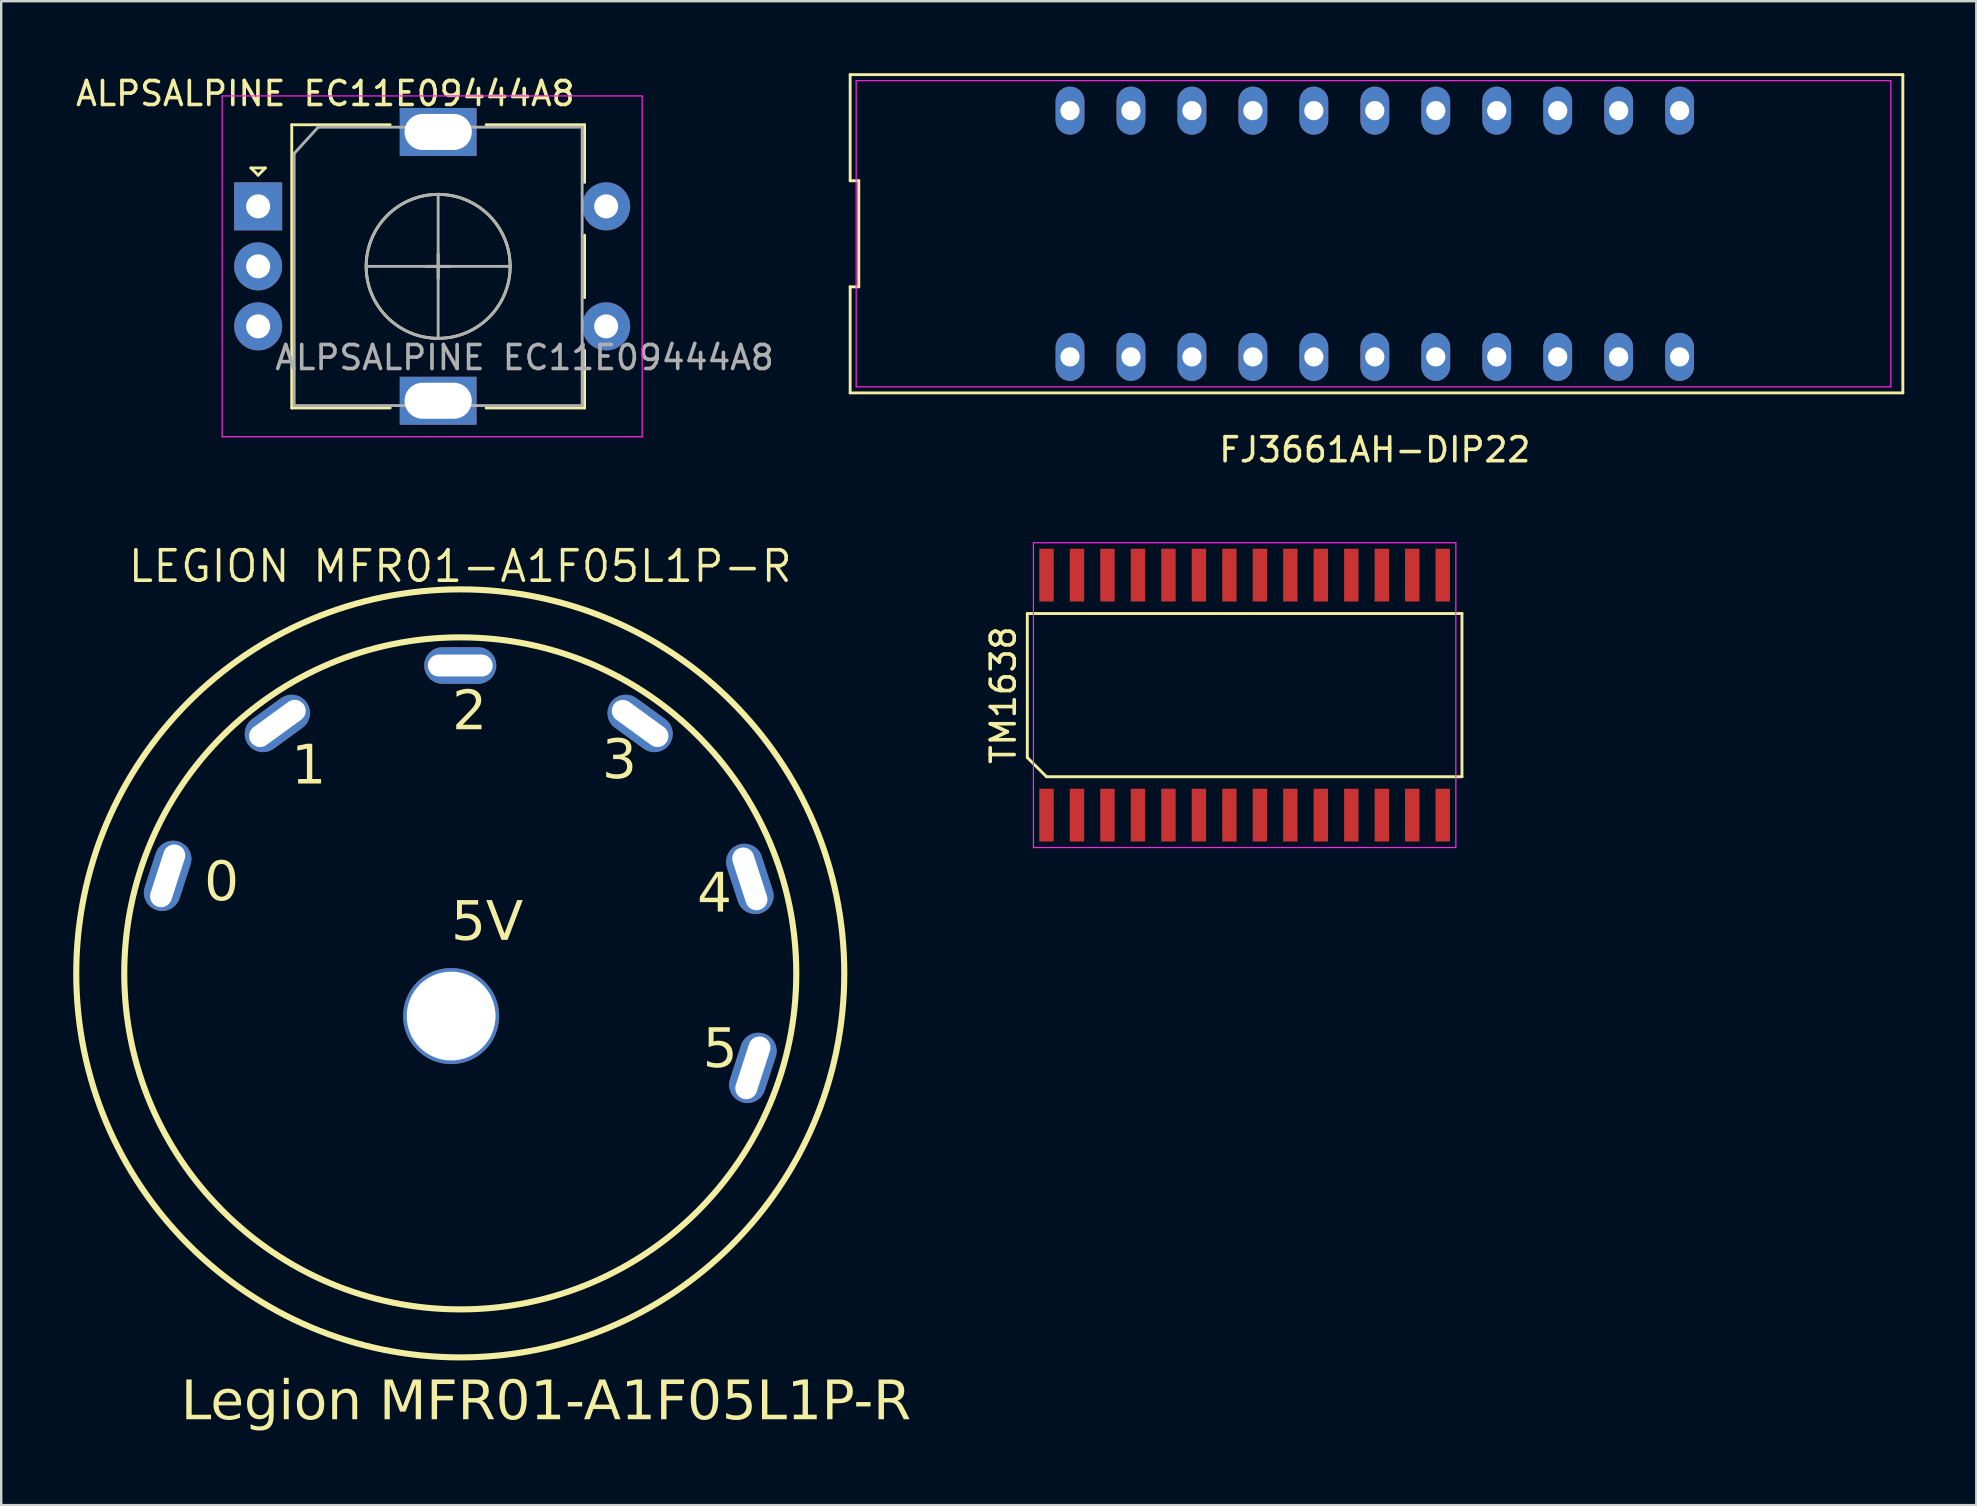
<source format=kicad_pcb>
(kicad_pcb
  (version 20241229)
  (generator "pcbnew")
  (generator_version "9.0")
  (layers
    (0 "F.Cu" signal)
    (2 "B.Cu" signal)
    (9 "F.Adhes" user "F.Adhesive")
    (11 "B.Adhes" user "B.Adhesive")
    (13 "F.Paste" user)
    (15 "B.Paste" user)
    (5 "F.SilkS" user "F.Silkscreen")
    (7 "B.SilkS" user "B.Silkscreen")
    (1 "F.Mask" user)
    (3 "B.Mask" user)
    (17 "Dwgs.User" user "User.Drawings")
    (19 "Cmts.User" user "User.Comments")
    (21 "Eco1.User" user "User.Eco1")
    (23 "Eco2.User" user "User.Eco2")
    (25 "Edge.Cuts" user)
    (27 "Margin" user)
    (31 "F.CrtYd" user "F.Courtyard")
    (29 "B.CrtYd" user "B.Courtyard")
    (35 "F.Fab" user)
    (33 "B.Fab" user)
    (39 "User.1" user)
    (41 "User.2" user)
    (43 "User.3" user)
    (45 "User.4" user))
  (footprint "FJ3661AH-DIP22"
    (layer "F.Cu")
    (at 54.232 6.69)
    (property "Reference" "FJ3661AH-DIP22" (at 0 9 180) (layer "F.SilkS") (effects (font (size 1 1) (thickness 0.15))))
    (attr through_hole)
    (fp_line (start -21.86 -6.63) (end -21.86 -2.21) (stroke (width 0.12) (type default)) (layer "F.SilkS"))
    (fp_line (start -21.86 -2.21) (end -21.5 -2.21) (stroke (width 0.12) (type default)) (layer "F.SilkS"))
    (fp_line (start -21.86 2.21) (end -21.86 6.63) (stroke (width 0.12) (type default)) (layer "F.SilkS"))
    (fp_line (start -21.86 6.63) (end 22 6.63) (stroke (width 0.12) (type default)) (layer "F.SilkS"))
    (fp_line (start -21.5 -2.21) (end -21.5 2.21) (stroke (width 0.12) (type default)) (layer "F.SilkS"))
    (fp_line (start -21.5 2.21) (end -21.86 2.21) (stroke (width 0.12) (type default)) (layer "F.SilkS"))
    (fp_line (start 22 -6.63) (end -21.86 -6.63) (stroke (width 0.12) (type default)) (layer "F.SilkS"))
    (fp_line (start 22 6.63) (end 22 -6.63) (stroke (width 0.12) (type default)) (layer "F.SilkS"))
    (fp_line (start -21.61 -6.38) (end 21.5 -6.38) (stroke (width 0.05) (type default)) (layer "F.CrtYd"))
    (fp_line (start -21.61 6.38) (end -21.61 -6.38) (stroke (width 0.05) (type default)) (layer "F.CrtYd"))
    (fp_line (start 21.5 -6.38) (end 21.5 6.38) (stroke (width 0.05) (type default)) (layer "F.CrtYd"))
    (fp_line (start 21.5 6.38) (end -21.61 6.38) (stroke (width 0.05) (type default)) (layer "F.CrtYd"))
    (pad "1" thru_hole oval (at -12.7 5.13) (size 1.2 2) (drill 0.8) (layers "*.Cu" "*.Mask"))
    (pad "2" thru_hole oval (at -10.16 5.13) (size 1.2 2) (drill 0.8) (layers "*.Cu" "*.Mask"))
    (pad "3" thru_hole oval (at -7.62 5.13) (size 1.2 2) (drill 0.8) (layers "*.Cu" "*.Mask"))
    (pad "4" thru_hole oval (at -5.08 5.13) (size 1.2 2) (drill 0.8) (layers "*.Cu" "*.Mask"))
    (pad "5" thru_hole oval (at -2.54 5.13) (size 1.2 2) (drill 0.8) (layers "*.Cu" "*.Mask"))
    (pad "6" thru_hole oval (at 0 5.13) (size 1.2 2) (drill 0.8) (layers "*.Cu" "*.Mask"))
    (pad "7" thru_hole oval (at 2.54 5.13) (size 1.2 2) (drill 0.8) (layers "*.Cu" "*.Mask"))
    (pad "8" thru_hole oval (at 5.08 5.13) (size 1.2 2) (drill 0.8) (layers "*.Cu" "*.Mask"))
    (pad "9" thru_hole oval (at 7.62 5.13) (size 1.2 2) (drill 0.8) (layers "*.Cu" "*.Mask"))
    (pad "10" thru_hole oval (at 10.16 5.13) (size 1.2 2) (drill 0.8) (layers "*.Cu" "*.Mask"))
    (pad "11" thru_hole oval (at 12.7 5.13) (size 1.2 2) (drill 0.8) (layers "*.Cu" "*.Mask"))
    (pad "12" thru_hole oval (at 12.7 -5.13) (size 1.2 2) (drill 0.8) (layers "*.Cu" "*.Mask"))
    (pad "13" thru_hole oval (at 10.16 -5.13) (size 1.2 2) (drill 0.8) (layers "*.Cu" "*.Mask"))
    (pad "14" thru_hole oval (at 7.62 -5.13) (size 1.2 2) (drill 0.8) (layers "*.Cu" "*.Mask"))
    (pad "15" thru_hole oval (at 5.08 -5.13) (size 1.2 2) (drill 0.8) (layers "*.Cu" "*.Mask"))
    (pad "16" thru_hole oval (at 2.54 -5.13) (size 1.2 2) (drill 0.8) (layers "*.Cu" "*.Mask"))
    (pad "17" thru_hole oval (at 0 -5.13) (size 1.2 2) (drill 0.8) (layers "*.Cu" "*.Mask"))
    (pad "18" thru_hole oval (at -2.54 -5.13) (size 1.2 2) (drill 0.8) (layers "*.Cu" "*.Mask"))
    (pad "19" thru_hole oval (at -5.08 -5.13) (size 1.2 2) (drill 0.8) (layers "*.Cu" "*.Mask"))
    (pad "20" thru_hole oval (at -7.62 -5.13) (size 1.2 2) (drill 0.8) (layers "*.Cu" "*.Mask"))
    (pad "21" thru_hole oval (at -10.16 -5.13) (size 1.2 2) (drill 0.8) (layers "*.Cu" "*.Mask"))
    (pad "22" thru_hole oval (at -12.7 -5.13) (size 1.2 2) (drill 0.8) (layers "*.Cu" "*.Mask")))
  (footprint "ALPSALPINE EC11E09444A8"
    (layer "F.Cu")
    (at 7.706 5.548)
    (property "Reference" "ALPSALPINE EC11E09444A8" (at 2.8 -4.7 0) (layer "F.SilkS") (effects (font (size 1 1) (thickness 0.15))))
    (attr through_hole)
    (fp_line (start -0.3 -1.6) (end 0.3 -1.6) (stroke (width 0.12) (type solid)) (layer "F.SilkS"))
    (fp_line (start 0 -1.3) (end -0.3 -1.6) (stroke (width 0.12) (type solid)) (layer "F.SilkS"))
    (fp_line (start 0.3 -1.6) (end 0 -1.3) (stroke (width 0.12) (type solid)) (layer "F.SilkS"))
    (fp_line (start 1.4 -3.4) (end 1.4 8.4) (stroke (width 0.12) (type solid)) (layer "F.SilkS"))
    (fp_line (start 5.5 -3.4) (end 1.4 -3.4) (stroke (width 0.12) (type solid)) (layer "F.SilkS"))
    (fp_line (start 5.5 8.4) (end 1.4 8.4) (stroke (width 0.12) (type solid)) (layer "F.SilkS"))
    (fp_line (start 7 2.5) (end 8 2.5) (stroke (width 0.12) (type solid)) (layer "F.SilkS"))
    (fp_line (start 7.5 2) (end 7.5 3) (stroke (width 0.12) (type solid)) (layer "F.SilkS"))
    (fp_line (start 9.5 -3.4) (end 13.6 -3.4) (stroke (width 0.12) (type solid)) (layer "F.SilkS"))
    (fp_line (start 13.6 -3.4) (end 13.6 -1) (stroke (width 0.12) (type solid)) (layer "F.SilkS"))
    (fp_line (start 13.6 1.2) (end 13.6 3.8) (stroke (width 0.12) (type solid)) (layer "F.SilkS"))
    (fp_line (start 13.6 6) (end 13.6 8.4) (stroke (width 0.12) (type solid)) (layer "F.SilkS"))
    (fp_line (start 13.6 8.4) (end 9.5 8.4) (stroke (width 0.12) (type solid)) (layer "F.SilkS"))
    (fp_circle (center 7.5 2.5) (end 10.5 2.5) (stroke (width 0.12) (type solid)) (fill no) (layer "F.SilkS"))
    (fp_line (start -1.5 -4.6) (end -1.5 9.6) (stroke (width 0.05) (type solid)) (layer "F.CrtYd"))
    (fp_line (start -1.5 -4.6) (end 16 -4.6) (stroke (width 0.05) (type solid)) (layer "F.CrtYd"))
    (fp_line (start 16 9.6) (end -1.5 9.6) (stroke (width 0.05) (type solid)) (layer "F.CrtYd"))
    (fp_line (start 16 9.6) (end 16 -4.6) (stroke (width 0.05) (type solid)) (layer "F.CrtYd"))
    (fp_line (start 1.5 -2.2) (end 2.5 -3.3) (stroke (width 0.12) (type solid)) (layer "F.Fab"))
    (fp_line (start 1.5 8.3) (end 1.5 -2.2) (stroke (width 0.12) (type solid)) (layer "F.Fab"))
    (fp_line (start 2.5 -3.3) (end 13.5 -3.3) (stroke (width 0.12) (type solid)) (layer "F.Fab"))
    (fp_line (start 4.5 2.5) (end 10.5 2.5) (stroke (width 0.12) (type solid)) (layer "F.Fab"))
    (fp_line (start 7.5 -0.5) (end 7.5 5.5) (stroke (width 0.12) (type solid)) (layer "F.Fab"))
    (fp_line (start 13.5 -3.3) (end 13.5 8.3) (stroke (width 0.12) (type solid)) (layer "F.Fab"))
    (fp_line (start 13.5 8.3) (end 1.5 8.3) (stroke (width 0.12) (type solid)) (layer "F.Fab"))
    (fp_circle (center 7.5 2.5) (end 10.5 2.5) (stroke (width 0.12) (type solid)) (fill no) (layer "F.Fab"))
    (fp_text user "${REFERENCE}" (at 11.1 6.3 0) (layer "F.Fab") (effects (font (size 1 1) (thickness 0.15))))
    (pad "A" thru_hole rect (at 0 0) (size 2 2) (drill 1) (layers "*.Cu" "*.Mask"))
    (pad "B" thru_hole circle (at 0 5) (size 2 2) (drill 1) (layers "*.Cu" "*.Mask"))
    (pad "C" thru_hole circle (at 0 2.5) (size 2 2) (drill 1) (layers "*.Cu" "*.Mask"))
    (pad "MP" thru_hole rect (at 7.5 -3.1) (size 3.2 2) (drill oval 2.8 1.5) (layers "*.Cu" "*.Mask"))
    (pad "MP" thru_hole rect (at 7.5 8.1) (size 3.2 2) (drill oval 2.8 1.5) (layers "*.Cu" "*.Mask"))
    (pad "S1" thru_hole circle (at 14.5 5) (size 2 2) (drill 1) (layers "*.Cu" "*.Mask"))
    (pad "S2" thru_hole circle (at 14.5 0) (size 2 2) (drill 1) (layers "*.Cu" "*.Mask")))
  (footprint "LEGION MFR01-A1F05L1P-R"
    (layer "F.Cu")
    (at 16.127 37.506)
    (property "Reference" "LEGION MFR01-A1F05L1P-R" (at 0 -16.962 0) (layer "F.SilkS") (effects (font (size 1.27 1.27) (thickness 0.15))))
    (fp_circle (center 0 0) (end 14 0) (stroke (width 0.254) (type default)) (fill no) (layer "F.SilkS"))
    (fp_circle (center 0 0) (end 16 0) (stroke (width 0.254) (type default)) (fill no) (layer "F.SilkS"))
    (fp_text user "2" (at -0.335 -11.796 0) (unlocked yes) (layer "F.SilkS") (effects (font (face "NotoSansCJKjp-DemiLight") (size 1.626 1.626) (thickness 0.203)) (justify left top)))
    (fp_text user "1" (at -7.038 -9.535 0) (unlocked yes) (layer "F.SilkS") (effects (font (face "NotoSansCJKjp-DemiLight") (size 1.626 1.626) (thickness 0.203)) (justify left top)))
    (fp_text user "4" (at 9.868 -4.201 0) (unlocked yes) (layer "F.SilkS") (effects (font (face "NotoSansCJKjp-DemiLight") (size 1.626 1.626) (thickness 0.203)) (justify left top)))
    (fp_text user "3" (at 5.908 -9.761 0) (unlocked yes) (layer "F.SilkS") (effects (font (face "NotoSansCJKjp-DemiLight") (size 1.626 1.626) (thickness 0.203)) (justify left top)))
    (fp_text user "5" (at 10.104 2.276 0) (unlocked yes) (layer "F.SilkS") (effects (font (face "NotoSansCJKjp-DemiLight") (size 1.626 1.626) (thickness 0.203)) (justify left top)))
    (fp_text user "Legion MFR01-A1F05L1P-R" (at -11.638 16.952 0) (unlocked yes) (layer "F.SilkS") (effects (font (face "NotoSansCJKjp-DemiLight") (size 1.626 1.626) (thickness 0.203)) (justify left top)))
    (fp_text user "5V" (at -0.381 -3.023 0) (unlocked yes) (layer "F.SilkS") (effects (font (face "NotoSansCJKjp-DemiLight") (size 1.626 1.626) (thickness 0.203)) (justify left top)))
    (fp_text user "0" (at -10.668 -4.674 0) (unlocked yes) (layer "F.SilkS") (effects (font (face "NotoSansCJKjp-DemiLight") (size 1.626 1.626) (thickness 0.203)) (justify left top)))
    (pad "0" thru_hole oval (at -12.192 -4.064 72) (size 3 1.524) (drill oval 2.7 0.914) (layers "*.Cu" "*.Mask"))
    (pad "1" thru_hole oval (at -7.62 -10.414 36) (size 3 1.524) (drill oval 2.7 0.914) (layers "*.Cu" "*.Mask"))
    (pad "2" thru_hole oval (at 0 -12.827) (size 3 1.524) (drill oval 2.7 0.914) (layers "*.Cu" "*.Mask"))
    (pad "3" thru_hole oval (at 7.493 -10.414 324) (size 3 1.524) (drill oval 2.7 0.914) (layers "*.Cu" "*.Mask"))
    (pad "4" thru_hole oval (at 12.065 -3.937 288) (size 3 1.524) (drill oval 2.7 0.914) (layers "*.Cu" "*.Mask"))
    (pad "5" thru_hole oval (at 12.192 3.937 72) (size 3 1.524) (drill oval 2.7 0.914) (layers "*.Cu" "*.Mask"))
    (pad "13" thru_hole oval (at -0.381 1.778) (size 4 4) (drill 3.7) (layers "*.Cu" "*.Mask")))
  (footprint "TM1638"
    (layer "F.Cu")
    (at 48.808 25.913)
    (property "Reference" "TM1638" (at -10.055 0 90) (layer "F.SilkS") (effects (font (size 1 1) (thickness 0.15))))
    (attr smd)
    (fp_line (start -9.055 -3.4) (end 9.055 -3.4) (stroke (width 0.12) (type default)) (layer "F.SilkS"))
    (fp_line (start -9.055 2.6) (end -9.055 -3.4) (stroke (width 0.12) (type default)) (layer "F.SilkS"))
    (fp_line (start -8.255 3.4) (end -9.055 2.6) (stroke (width 0.12) (type default)) (layer "F.SilkS"))
    (fp_line (start 9.055 -3.4) (end 9.055 3.4) (stroke (width 0.12) (type default)) (layer "F.SilkS"))
    (fp_line (start 9.055 3.4) (end -8.255 3.4) (stroke (width 0.12) (type default)) (layer "F.SilkS"))
    (fp_line (start -8.8 -6.35) (end 8.8 -6.35) (stroke (width 0.05) (type default)) (layer "F.CrtYd"))
    (fp_line (start -8.8 6.35) (end -8.8 -6.35) (stroke (width 0.05) (type default)) (layer "F.CrtYd"))
    (fp_line (start 8.8 -6.35) (end 8.8 6.35) (stroke (width 0.05) (type default)) (layer "F.CrtYd"))
    (fp_line (start 8.8 6.35) (end -8.8 6.35) (stroke (width 0.05) (type default)) (layer "F.CrtYd"))
    (pad "1" smd rect (at -8.255 5) (size 0.6 2.2) (layers "F.Cu" "F.Mask" "F.Paste"))
    (pad "2" smd rect (at -6.985 5) (size 0.6 2.2) (layers "F.Cu" "F.Mask" "F.Paste"))
    (pad "3" smd rect (at -5.715 5) (size 0.6 2.2) (layers "F.Cu" "F.Mask" "F.Paste"))
    (pad "4" smd rect (at -4.445 5) (size 0.6 2.2) (layers "F.Cu" "F.Mask" "F.Paste"))
    (pad "5" smd rect (at -3.175 5) (size 0.6 2.2) (layers "F.Cu" "F.Mask" "F.Paste"))
    (pad "6" smd rect (at -1.905 5) (size 0.6 2.2) (layers "F.Cu" "F.Mask" "F.Paste"))
    (pad "7" smd rect (at -0.635 5) (size 0.6 2.2) (layers "F.Cu" "F.Mask" "F.Paste"))
    (pad "8" smd rect (at 0.635 5) (size 0.6 2.2) (layers "F.Cu" "F.Mask" "F.Paste"))
    (pad "9" smd rect (at 1.905 5) (size 0.6 2.2) (layers "F.Cu" "F.Mask" "F.Paste"))
    (pad "10" smd rect (at 3.175 5) (size 0.6 2.2) (layers "F.Cu" "F.Mask" "F.Paste"))
    (pad "11" smd rect (at 4.445 5) (size 0.6 2.2) (layers "F.Cu" "F.Mask" "F.Paste"))
    (pad "12" smd rect (at 5.715 5) (size 0.6 2.2) (layers "F.Cu" "F.Mask" "F.Paste"))
    (pad "13" smd rect (at 6.985 5) (size 0.6 2.2) (layers "F.Cu" "F.Mask" "F.Paste"))
    (pad "14" smd rect (at 8.255 5) (size 0.6 2.2) (layers "F.Cu" "F.Mask" "F.Paste"))
    (pad "15" smd rect (at 8.255 -5) (size 0.6 2.2) (layers "F.Cu" "F.Mask" "F.Paste"))
    (pad "16" smd rect (at 6.985 -5) (size 0.6 2.2) (layers "F.Cu" "F.Mask" "F.Paste"))
    (pad "17" smd rect (at 5.715 -5) (size 0.6 2.2) (layers "F.Cu" "F.Mask" "F.Paste"))
    (pad "18" smd rect (at 4.445 -5) (size 0.6 2.2) (layers "F.Cu" "F.Mask" "F.Paste"))
    (pad "19" smd rect (at 3.175 -5) (size 0.6 2.2) (layers "F.Cu" "F.Mask" "F.Paste"))
    (pad "20" smd rect (at 1.905 -5) (size 0.6 2.2) (layers "F.Cu" "F.Mask" "F.Paste"))
    (pad "21" smd rect (at 0.635 -5) (size 0.6 2.2) (layers "F.Cu" "F.Mask" "F.Paste"))
    (pad "22" smd rect (at -0.635 -5) (size 0.6 2.2) (layers "F.Cu" "F.Mask" "F.Paste"))
    (pad "23" smd rect (at -1.905 -5) (size 0.6 2.2) (layers "F.Cu" "F.Mask" "F.Paste"))
    (pad "24" smd rect (at -3.175 -5) (size 0.6 2.2) (layers "F.Cu" "F.Mask" "F.Paste"))
    (pad "25" smd rect (at -4.445 -5) (size 0.6 2.2) (layers "F.Cu" "F.Mask" "F.Paste"))
    (pad "26" smd rect (at -5.715 -5) (size 0.6 2.2) (layers "F.Cu" "F.Mask" "F.Paste"))
    (pad "27" smd rect (at -6.985 -5) (size 0.6 2.2) (layers "F.Cu" "F.Mask" "F.Paste"))
    (pad "28" smd rect (at -8.255 -5) (size 0.6 2.2) (layers "F.Cu" "F.Mask" "F.Paste")))
  (gr_rect
    (start -3 -3)
    (end 79.292 59.662)
    (stroke (width 0.1) (type default))
    (fill no)
    (layer "Edge.Cuts")))
</source>
